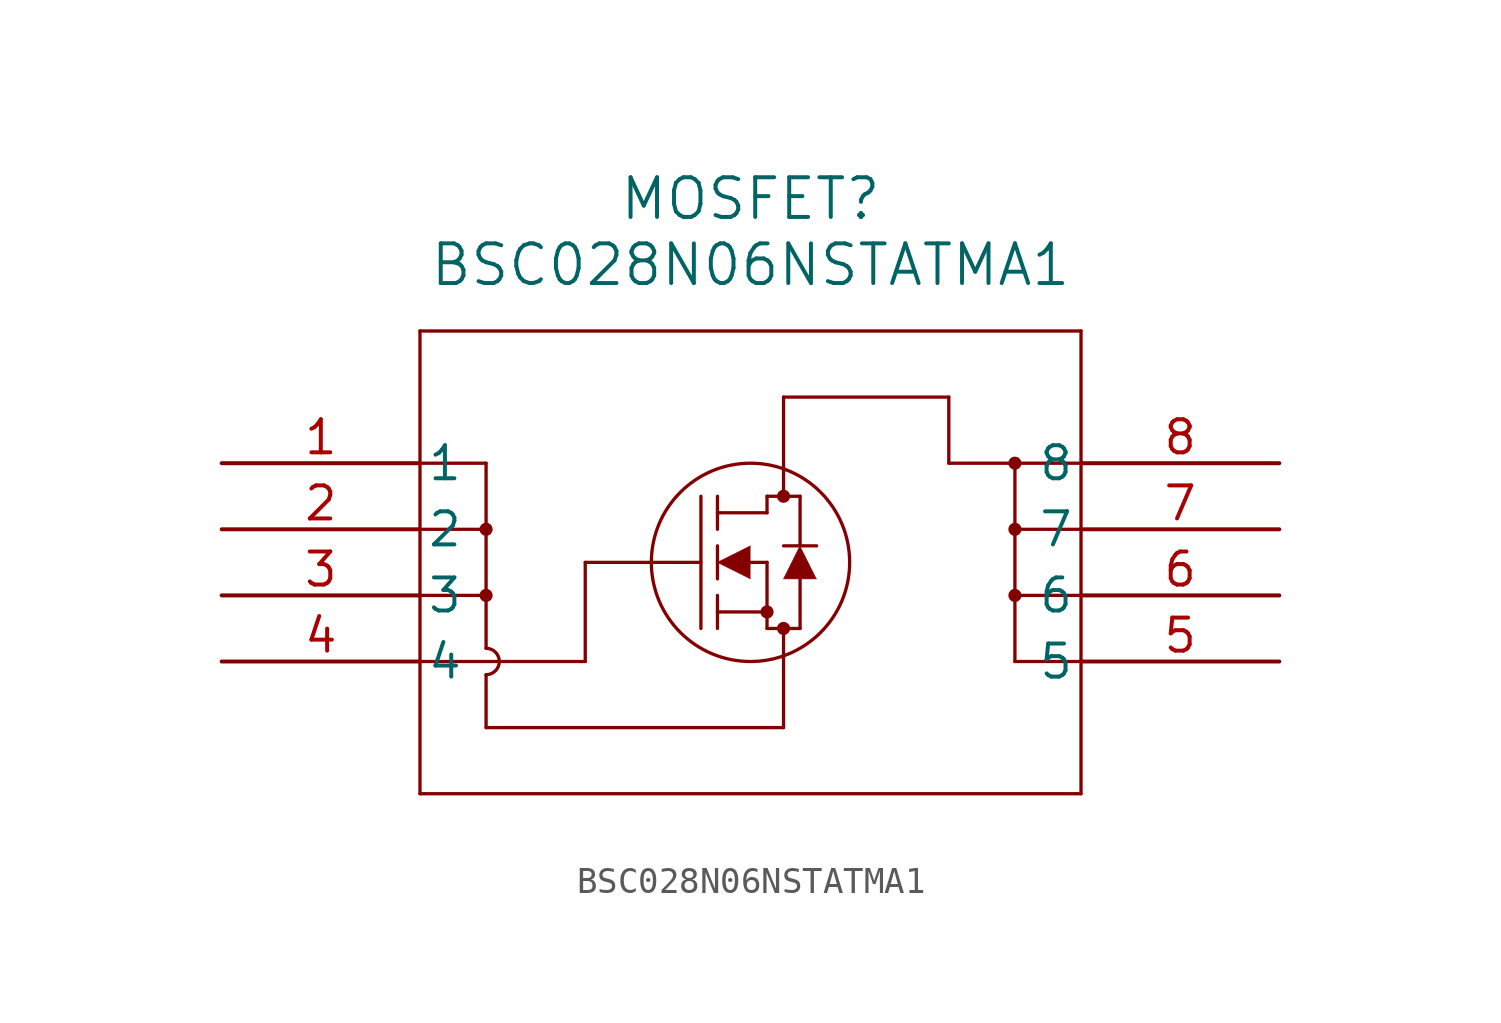
<source format=kicad_sym>
(kicad_symbol_lib
  (version 20211014)
  (generator kicad_symbol_editor)
  (symbol "BSC028N06NSTATMA1"
    (pin_names
      (offset 0.254))
    (property "Reference" "MOSFET"
      (at 20.32 10.16 0)
      (effects (font (size 1.524 1.524))))
    (property "Value" "BSC028N06NSTATMA1"
      (at 20.32 7.62 0)
      (effects (font (size 1.524 1.524))))
    (symbol "BSC028N06NSTATMA1_0_1"
      (polyline (pts (xy 7.62 5.08) (xy 7.62 -12.7)) (stroke (width 0.127) (type default) (color 0 0 0 0)) (fill (type none)))
      (polyline (pts (xy 7.62 -12.7) (xy 33.02 -12.7)) (stroke (width 0.127) (type default) (color 0 0 0 0)) (fill (type none)))
      (polyline (pts (xy 33.02 -12.7) (xy 33.02 5.08)) (stroke (width 0.127) (type default) (color 0 0 0 0)) (fill (type none)))
      (polyline (pts (xy 33.02 5.08) (xy 7.62 5.08)) (stroke (width 0.127) (type default) (color 0 0 0 0)) (fill (type none)))
      (circle (center 21.59 -1.27) (radius 0.127) (stroke (width 0.254) (type default) (color 0 0 0 0)) (fill (type none)))
      (circle (center 21.59 -6.35) (radius 0.127) (stroke (width 0.254) (type default) (color 0 0 0 0)) (fill (type none)))
      (circle (center 20.955 -5.715) (radius 0.127) (stroke (width 0.254) (type default) (color 0 0 0 0)) (fill (type none)))
      (circle (center 20.32 -3.81) (radius 3.81) (stroke (width 0.127) (type default) (color 0 0 0 0)) (fill (type none)))
      (polyline (pts (xy 13.97 -3.81) (xy 18.415 -3.81)) (stroke (width 0.127) (type default) (color 0 0 0 0)) (fill (type none)))
      (polyline (pts (xy 18.415 -6.35) (xy 18.415 -1.27)) (stroke (width 0.127) (type default) (color 0 0 0 0)) (fill (type none)))
      (polyline (pts (xy 19.05 -4.445) (xy 19.05 -3.175)) (stroke (width 0.127) (type default) (color 0 0 0 0)) (fill (type none)))
      (polyline (pts (xy 19.05 -6.35) (xy 19.05 -5.08)) (stroke (width 0.127) (type default) (color 0 0 0 0)) (fill (type none)))
      (polyline (pts (xy 19.05 -2.54) (xy 19.05 -1.27)) (stroke (width 0.127) (type default) (color 0 0 0 0)) (fill (type none)))
      (polyline (pts (xy 20.32 -3.81) (xy 20.955 -3.81)) (stroke (width 0.127) (type default) (color 0 0 0 0)) (fill (type none)))
      (polyline (pts (xy 19.05 -5.715) (xy 20.955 -5.715)) (stroke (width 0.127) (type default) (color 0 0 0 0)) (fill (type none)))
      (polyline (pts (xy 20.955 -6.35) (xy 20.955 -3.81)) (stroke (width 0.127) (type default) (color 0 0 0 0)) (fill (type none)))
      (polyline (pts (xy 20.955 -6.35) (xy 22.225 -6.35)) (stroke (width 0.127) (type default) (color 0 0 0 0)) (fill (type none)))
      (polyline (pts (xy 19.05 -1.905) (xy 20.955 -1.905)) (stroke (width 0.127) (type default) (color 0 0 0 0)) (fill (type none)))
      (polyline (pts (xy 22.225 -3.175) (xy 22.225 -1.27)) (stroke (width 0.127) (type default) (color 0 0 0 0)) (fill (type none)))
      (polyline (pts (xy 22.225 -6.35) (xy 22.225 -4.445)) (stroke (width 0.127) (type default) (color 0 0 0 0)) (fill (type none)))
      (polyline (pts (xy 22.86 -3.175) (xy 21.59 -3.175)) (stroke (width 0.127) (type default) (color 0 0 0 0)) (fill (type none)))
      (polyline (pts (xy 20.955 -1.27) (xy 22.225 -1.27)) (stroke (width 0.127) (type default) (color 0 0 0 0)) (fill (type none)))
      (polyline (pts (xy 20.955 -1.905) (xy 20.955 -1.27)) (stroke (width 0.127) (type default) (color 0 0 0 0)) (fill (type none)))
      (polyline (pts (xy 20.32 -3.175) (xy 19.05 -3.81) (xy 20.32 -4.445)) (stroke (width 0.025) (type default) (color 0 0 0 0)) (fill (type outline)))
      (polyline (pts (xy 22.86 -4.445) (xy 21.59 -4.445) (xy 22.225 -3.175)) (stroke (width 0.025) (type default) (color 0 0 0 0)) (fill (type outline)))
      (polyline (pts (xy 7.62 -7.62) (xy 13.97 -7.62)) (stroke (width 0.127) (type default) (color 0 0 0 0)) (fill (type none)))
      (polyline (pts (xy 13.97 -7.62) (xy 13.97 -3.81)) (stroke (width 0.127) (type default) (color 0 0 0 0)) (fill (type none)))
      (polyline (pts (xy 7.62 0) (xy 10.16 0)) (stroke (width 0.127) (type default) (color 0 0 0 0)) (fill (type none)))
      (polyline (pts (xy 7.62 -2.54) (xy 10.16 -2.54)) (stroke (width 0.127) (type default) (color 0 0 0 0)) (fill (type none)))
      (polyline (pts (xy 7.62 -5.08) (xy 10.16 -5.08)) (stroke (width 0.127) (type default) (color 0 0 0 0)) (fill (type none)))
      (polyline (pts (xy 10.16 0) (xy 10.16 -7.112)) (stroke (width 0.127) (type default) (color 0 0 0 0)) (fill (type none)))
      (polyline (pts (xy 10.16 -8.128) (xy 10.16 -10.16)) (stroke (width 0.127) (type default) (color 0 0 0 0)) (fill (type none)))
      (polyline (pts (xy 10.16 -10.16) (xy 21.59 -10.16)) (stroke (width 0.127) (type default) (color 0 0 0 0)) (fill (type none)))
      (polyline (pts (xy 21.59 -10.16) (xy 21.59 -6.35)) (stroke (width 0.127) (type default) (color 0 0 0 0)) (fill (type none)))
      (polyline (pts (xy 33.02 -7.62) (xy 30.48 -7.62)) (stroke (width 0.127) (type default) (color 0 0 0 0)) (fill (type none)))
      (polyline (pts (xy 30.48 -7.62) (xy 30.48 0)) (stroke (width 0.127) (type default) (color 0 0 0 0)) (fill (type none)))
      (polyline (pts (xy 33.02 -5.08) (xy 30.48 -5.08)) (stroke (width 0.127) (type default) (color 0 0 0 0)) (fill (type none)))
      (polyline (pts (xy 33.02 -2.54) (xy 30.48 -2.54)) (stroke (width 0.127) (type default) (color 0 0 0 0)) (fill (type none)))
      (polyline (pts (xy 33.02 0) (xy 27.94 0)) (stroke (width 0.127) (type default) (color 0 0 0 0)) (fill (type none)))
      (polyline (pts (xy 27.94 0) (xy 27.94 2.54)) (stroke (width 0.127) (type default) (color 0 0 0 0)) (fill (type none)))
      (polyline (pts (xy 27.94 2.54) (xy 21.59 2.54)) (stroke (width 0.127) (type default) (color 0 0 0 0)) (fill (type none)))
      (polyline (pts (xy 21.59 2.54) (xy 21.59 -1.27)) (stroke (width 0.127) (type default) (color 0 0 0 0)) (fill (type none)))
      (arc (start 10.16 -8.128) (mid 10.668 -7.62) (end 10.16 -7.112) (stroke (width 0.127) (type default) (color 0 0 0 0)) (fill (type none)))
      (circle (center 10.16 -2.54) (radius 0.127) (stroke (width 0.254) (type default) (color 0 0 0 0)) (fill (type none)))
      (circle (center 10.16 -5.08) (radius 0.127) (stroke (width 0.254) (type default) (color 0 0 0 0)) (fill (type none)))
      (circle (center 30.48 0) (radius 0.127) (stroke (width 0.254) (type default) (color 0 0 0 0)) (fill (type none)))
      (circle (center 30.48 -2.54) (radius 0.127) (stroke (width 0.254) (type default) (color 0 0 0 0)) (fill (type none)))
      (circle (center 30.48 -5.08) (radius 0.127) (stroke (width 0.254) (type default) (color 0 0 0 0)) (fill (type none)))
      (pin unspecified line (at 0 0 0) (length 7.62) (name "1" (effects (font (size 1.27 1.27)))) (number "1" (effects (font (size 1.27 1.27)))))
      (pin unspecified line (at 0 -2.54 0) (length 7.62) (name "2" (effects (font (size 1.27 1.27)))) (number "2" (effects (font (size 1.27 1.27)))))
      (pin unspecified line (at 0 -5.08 0) (length 7.62) (name "3" (effects (font (size 1.27 1.27)))) (number "3" (effects (font (size 1.27 1.27)))))
      (pin unspecified line (at 0 -7.62 0) (length 7.62) (name "4" (effects (font (size 1.27 1.27)))) (number "4" (effects (font (size 1.27 1.27)))))
      (pin unspecified line (at 40.64 -7.62 180) (length 7.62) (name "5" (effects (font (size 1.27 1.27)))) (number "5" (effects (font (size 1.27 1.27)))))
      (pin unspecified line (at 40.64 -5.08 180) (length 7.62) (name "6" (effects (font (size 1.27 1.27)))) (number "6" (effects (font (size 1.27 1.27)))))
      (pin unspecified line (at 40.64 -2.54 180) (length 7.62) (name "7" (effects (font (size 1.27 1.27)))) (number "7" (effects (font (size 1.27 1.27)))))
      (pin unspecified line (at 40.64 0 180) (length 7.62) (name "8" (effects (font (size 1.27 1.27)))) (number "8" (effects (font (size 1.27 1.27))))))))
</source>
